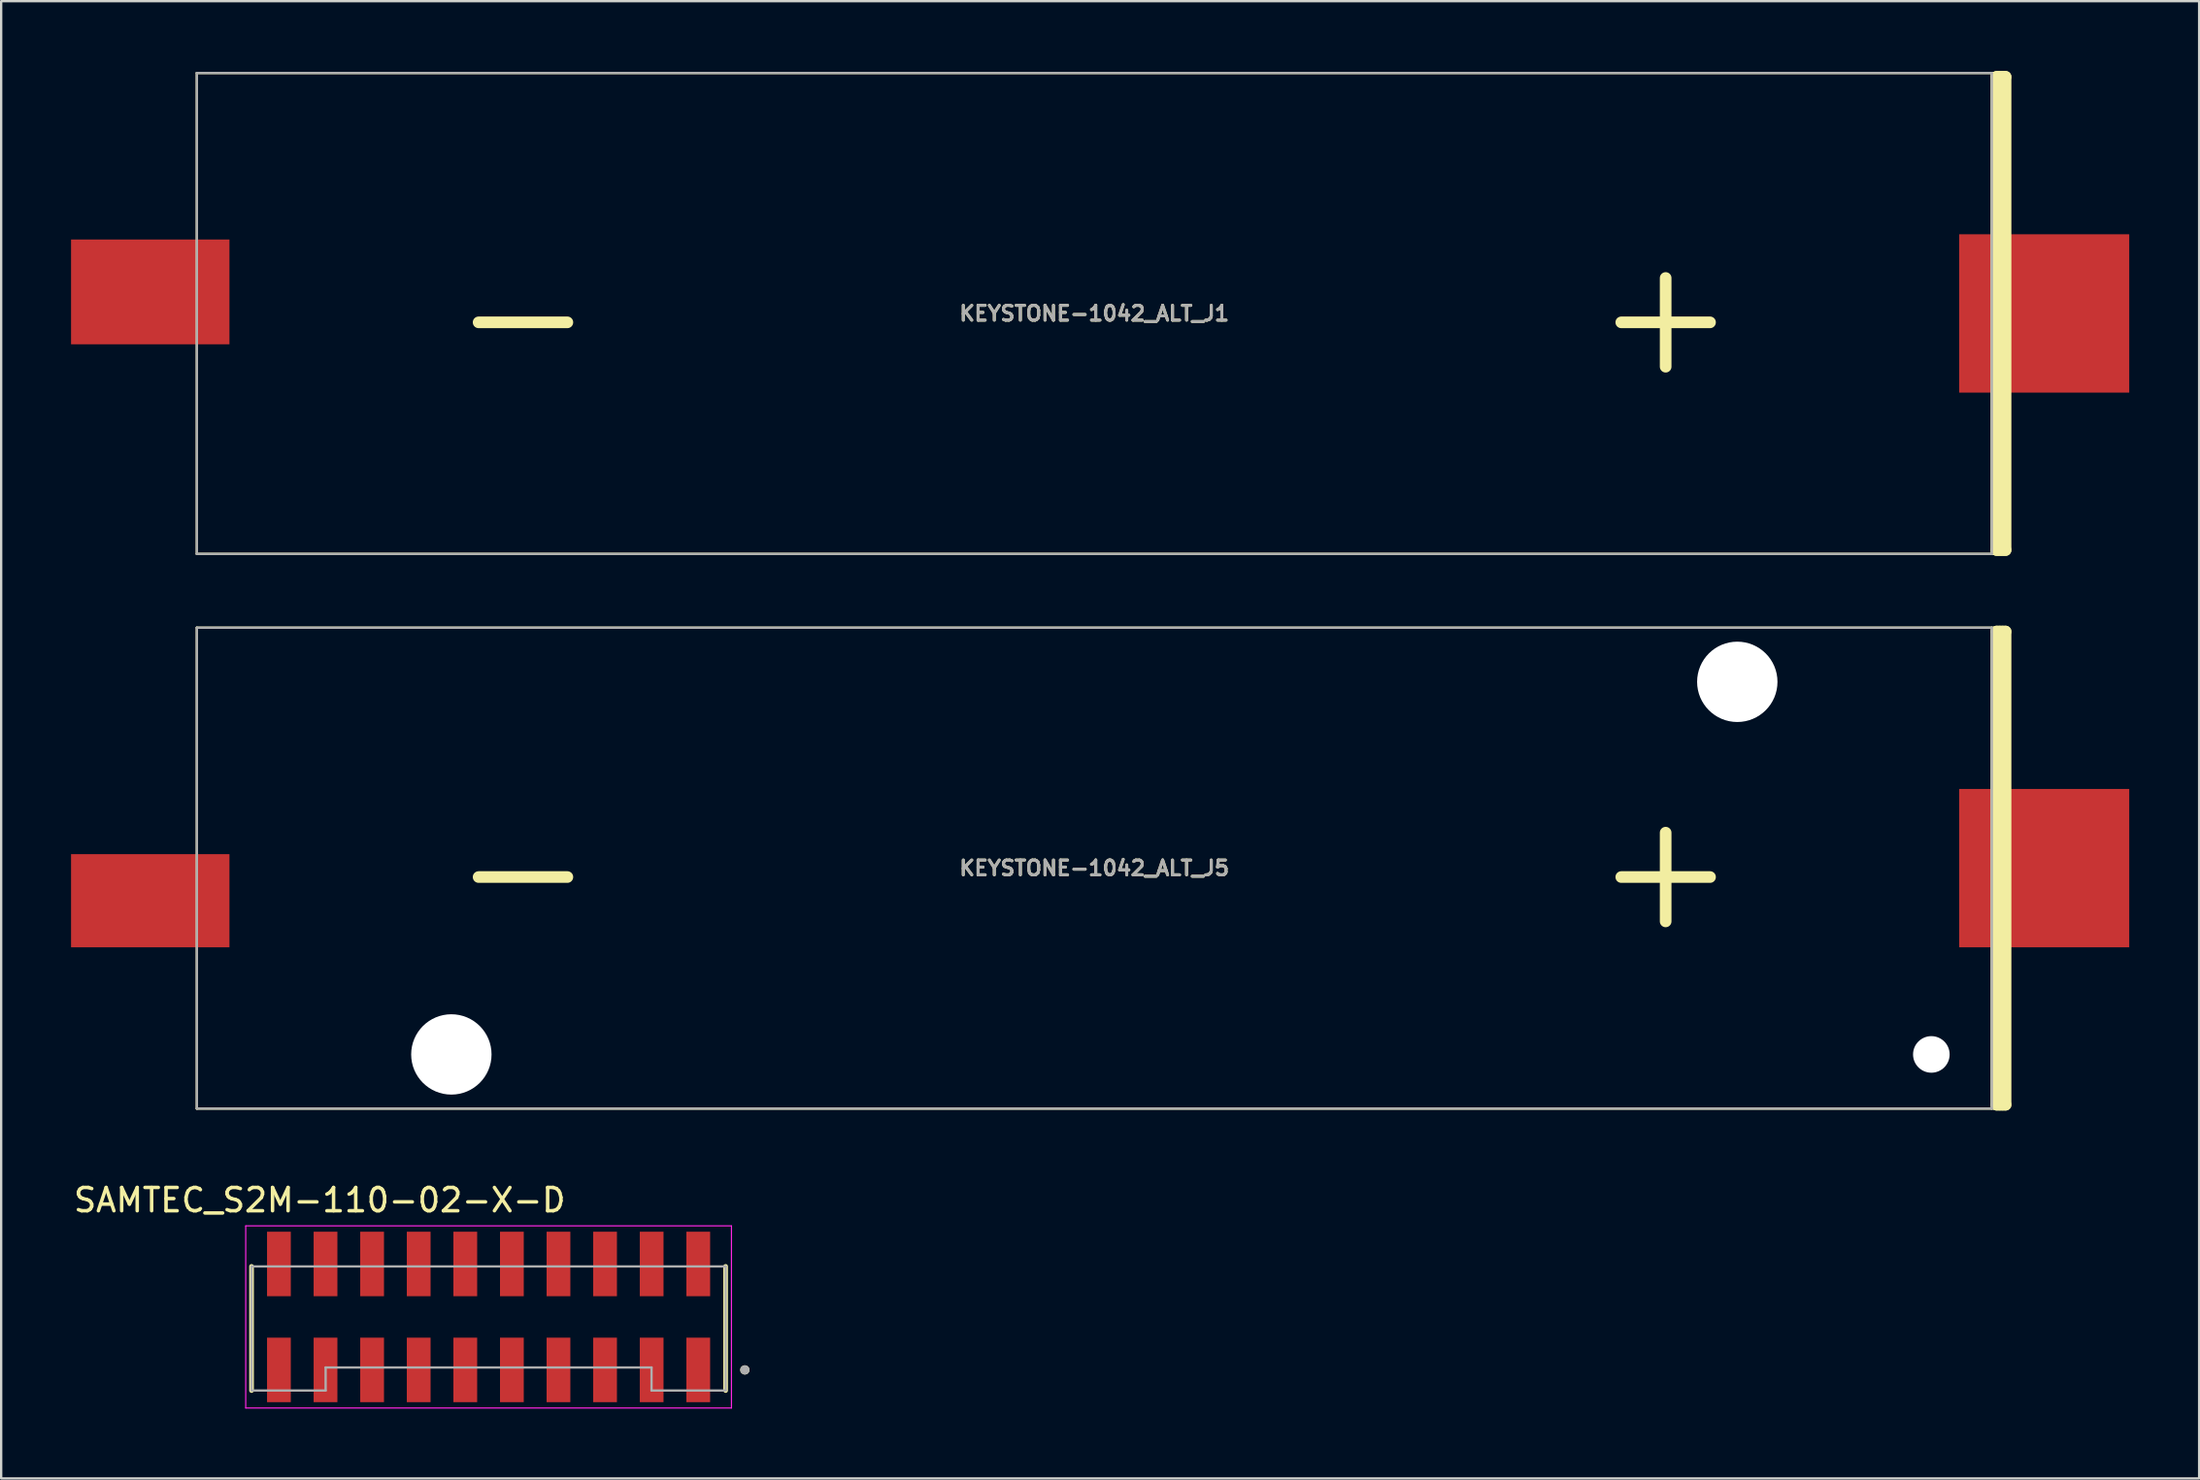
<source format=kicad_pcb>
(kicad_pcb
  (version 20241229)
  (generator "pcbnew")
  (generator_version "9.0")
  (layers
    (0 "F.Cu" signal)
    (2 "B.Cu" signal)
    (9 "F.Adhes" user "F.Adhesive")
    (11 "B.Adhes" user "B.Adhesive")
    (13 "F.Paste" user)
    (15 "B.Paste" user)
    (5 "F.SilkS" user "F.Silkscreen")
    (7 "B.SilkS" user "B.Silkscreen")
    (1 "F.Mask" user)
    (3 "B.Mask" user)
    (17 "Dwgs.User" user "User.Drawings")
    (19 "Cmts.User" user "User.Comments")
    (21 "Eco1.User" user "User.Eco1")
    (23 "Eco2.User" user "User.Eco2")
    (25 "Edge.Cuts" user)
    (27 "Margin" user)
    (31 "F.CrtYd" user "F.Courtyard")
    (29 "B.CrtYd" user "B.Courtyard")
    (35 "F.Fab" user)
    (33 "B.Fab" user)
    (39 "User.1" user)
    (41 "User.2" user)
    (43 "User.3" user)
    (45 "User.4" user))
  (footprint "KEYSTONE-1042_ALT_J1"
    (layer "F.Cu")
    (at 43.925 10.41)
    (property "Reference" "KEYSTONE-1042_ALT_J1" (at 0 0 180) (layer "F.SilkS") (effects (font (size 0.635 0.635) (thickness 0.127))))
    (attr through_hole)
    (fp_line (start -38.525 -10.325) (end 39.116 -10.325) (stroke (width 0.1) (type solid)) (layer "F.SilkS"))
    (fp_line (start -38.525 10.325) (end -38.525 -10.325) (stroke (width 0.1) (type solid)) (layer "F.SilkS"))
    (fp_line (start 38.525 -10.325) (end 38.525 10.325) (stroke (width 0.1) (type solid)) (layer "F.SilkS"))
    (fp_line (start 38.735 -10.16) (end 38.735 10.16) (stroke (width 0.5) (type solid)) (layer "F.SilkS"))
    (fp_line (start 38.735 -10.16) (end 39.116 -10.16) (stroke (width 0.5) (type solid)) (layer "F.SilkS"))
    (fp_line (start 38.735 10.16) (end 39.116 10.16) (stroke (width 0.5) (type solid)) (layer "F.SilkS"))
    (fp_line (start 38.735 10.325) (end -38.525 10.325) (stroke (width 0.1) (type solid)) (layer "F.SilkS"))
    (fp_line (start 38.862 -10.16) (end 38.862 10.16) (stroke (width 0.5) (type solid)) (layer "F.SilkS"))
    (fp_line (start 38.989 -10.16) (end 38.989 10.16) (stroke (width 0.5) (type solid)) (layer "F.SilkS"))
    (fp_line (start 39.116 -10.16) (end 39.116 10.16) (stroke (width 0.5) (type solid)) (layer "F.SilkS"))
    (fp_line (start -38.525 -10.325) (end 38.525 -10.325) (stroke (width 0.1) (type solid)) (layer "F.Fab"))
    (fp_line (start -38.525 10.325) (end -38.525 -10.325) (stroke (width 0.1) (type solid)) (layer "F.Fab"))
    (fp_line (start 38.525 -10.325) (end 38.525 10.325) (stroke (width 0.1) (type solid)) (layer "F.Fab"))
    (fp_line (start 38.525 10.325) (end -38.525 10.325) (stroke (width 0.1) (type solid)) (layer "F.Fab"))
    (fp_text user "+" (at 24.525 0 180) (layer "F.SilkS") (effects (font (size 5 5) (thickness 0.5))))
    (fp_text user "-" (at -24.525 0 180) (layer "F.SilkS") (effects (font (size 5 5) (thickness 0.5))))
    (fp_text user "${REFERENCE}" (at 0 0 180) (layer "F.Fab") (effects (font (size 0.635 0.635) (thickness 0.127))))
    (pad "" np_thru_hole circle (at -27.6 8) (size 0.001 0.001) (drill 3.45) (layers "*.Cu" "*.Mask"))
    (pad "" np_thru_hole circle (at 27.6 -8) (size 0.001 0.001) (drill 3.45) (layers "*.Cu" "*.Mask"))
    (pad "" np_thru_hole circle (at 35.93 8) (size 0.001 0.001) (drill 1.57) (layers "*.Cu" "*.Mask"))
    (pad "1" smd rect (at -40.525 -0.925) (size 6.8 4.5) (layers "F.Cu" "F.Mask" "F.Paste"))
    (pad "2" smd rect (at 40.775 0) (size 7.3 6.8) (layers "F.Cu" "F.Mask" "F.Paste")))
  (footprint "SAMTEC_S2M-110-02-X-D"
    (layer "F.Cu")
    (at 17.923 53.503)
    (property "Reference" "SAMTEC_S2M-110-02-X-D" (at -7.25 -5.015 0) (layer "F.SilkS") (effects (font (size 1 1) (thickness 0.15))))
    (attr smd)
    (fp_line (start -10.175 -2.17) (end -10.175 3.16) (stroke (width 0.2) (type solid)) (layer "F.SilkS"))
    (fp_line (start 10.175 3.16) (end 10.175 -2.17) (stroke (width 0.2) (type solid)) (layer "F.SilkS"))
    (fp_circle (center 11 2.275) (end 11.1 2.275) (stroke (width 0.2) (type solid)) (fill no) (layer "F.SilkS"))
    (fp_line (start -10.425 -3.91) (end -10.425 3.91) (stroke (width 0.05) (type solid)) (layer "F.CrtYd"))
    (fp_line (start -10.425 3.91) (end 10.425 3.91) (stroke (width 0.05) (type solid)) (layer "F.CrtYd"))
    (fp_line (start 10.425 -3.91) (end -10.425 -3.91) (stroke (width 0.05) (type solid)) (layer "F.CrtYd"))
    (fp_line (start 10.425 3.91) (end 10.425 -3.91) (stroke (width 0.05) (type solid)) (layer "F.CrtYd"))
    (fp_line (start -10.175 -2.17) (end -10.175 3.16) (stroke (width 0.1) (type solid)) (layer "F.Fab"))
    (fp_line (start -10.175 3.16) (end -6.995 3.16) (stroke (width 0.1) (type solid)) (layer "F.Fab"))
    (fp_line (start -6.995 2.17) (end 6.995 2.17) (stroke (width 0.1) (type solid)) (layer "F.Fab"))
    (fp_line (start -6.995 3.16) (end -6.995 2.17) (stroke (width 0.1) (type solid)) (layer "F.Fab"))
    (fp_line (start 6.995 2.17) (end 6.995 3.16) (stroke (width 0.1) (type solid)) (layer "F.Fab"))
    (fp_line (start 6.995 3.16) (end 10.175 3.16) (stroke (width 0.1) (type solid)) (layer "F.Fab"))
    (fp_line (start 10.175 -2.17) (end -10.175 -2.17) (stroke (width 0.1) (type solid)) (layer "F.Fab"))
    (fp_line (start 10.175 3.16) (end 10.175 -2.17) (stroke (width 0.1) (type solid)) (layer "F.Fab"))
    (fp_circle (center 11 2.275) (end 11.1 2.275) (stroke (width 0.2) (type solid)) (fill no) (layer "F.Fab"))
    (pad "1" smd rect (at 9 2.275) (size 1.02 2.77) (layers "F.Cu" "F.Mask" "F.Paste"))
    (pad "2" smd rect (at 7 2.275) (size 1.02 2.77) (layers "F.Cu" "F.Mask" "F.Paste"))
    (pad "3" smd rect (at 5 2.275) (size 1.02 2.77) (layers "F.Cu" "F.Mask" "F.Paste"))
    (pad "4" smd rect (at 3 2.275) (size 1.02 2.77) (layers "F.Cu" "F.Mask" "F.Paste"))
    (pad "5" smd rect (at 1 2.275) (size 1.02 2.77) (layers "F.Cu" "F.Mask" "F.Paste"))
    (pad "6" smd rect (at -1 2.275) (size 1.02 2.77) (layers "F.Cu" "F.Mask" "F.Paste"))
    (pad "7" smd rect (at -3 2.275) (size 1.02 2.77) (layers "F.Cu" "F.Mask" "F.Paste"))
    (pad "8" smd rect (at -5 2.275) (size 1.02 2.77) (layers "F.Cu" "F.Mask" "F.Paste"))
    (pad "9" smd rect (at -7 2.275) (size 1.02 2.77) (layers "F.Cu" "F.Mask" "F.Paste"))
    (pad "10" smd rect (at -9 2.275) (size 1.02 2.77) (layers "F.Cu" "F.Mask" "F.Paste"))
    (pad "11" smd rect (at 9 -2.275) (size 1.02 2.77) (layers "F.Cu" "F.Mask" "F.Paste"))
    (pad "12" smd rect (at 7 -2.275) (size 1.02 2.77) (layers "F.Cu" "F.Mask" "F.Paste"))
    (pad "13" smd rect (at 5 -2.275) (size 1.02 2.77) (layers "F.Cu" "F.Mask" "F.Paste"))
    (pad "14" smd rect (at 3 -2.275) (size 1.02 2.77) (layers "F.Cu" "F.Mask" "F.Paste"))
    (pad "15" smd rect (at 1 -2.275) (size 1.02 2.77) (layers "F.Cu" "F.Mask" "F.Paste"))
    (pad "16" smd rect (at -1 -2.275) (size 1.02 2.77) (layers "F.Cu" "F.Mask" "F.Paste"))
    (pad "17" smd rect (at -3 -2.275) (size 1.02 2.77) (layers "F.Cu" "F.Mask" "F.Paste"))
    (pad "18" smd rect (at -5 -2.275) (size 1.02 2.77) (layers "F.Cu" "F.Mask" "F.Paste"))
    (pad "19" smd rect (at -7 -2.275) (size 1.02 2.77) (layers "F.Cu" "F.Mask" "F.Paste"))
    (pad "20" smd rect (at -9 -2.275) (size 1.02 2.77) (layers "F.Cu" "F.Mask" "F.Paste")))
  (footprint "KEYSTONE-1042_ALT_J5"
    (layer "F.Cu")
    (at 43.925 34.23)
    (property "Reference" "KEYSTONE-1042_ALT_J5" (at 0 0 180) (layer "F.SilkS") (effects (font (size 0.635 0.635) (thickness 0.127))))
    (attr through_hole)
    (fp_line (start -38.525 -10.325) (end 39.116 -10.325) (stroke (width 0.1) (type solid)) (layer "F.SilkS"))
    (fp_line (start -38.525 10.325) (end -38.525 -10.325) (stroke (width 0.1) (type solid)) (layer "F.SilkS"))
    (fp_line (start 38.525 -10.325) (end 38.525 10.325) (stroke (width 0.1) (type solid)) (layer "F.SilkS"))
    (fp_line (start 38.735 -10.16) (end 38.735 10.16) (stroke (width 0.5) (type solid)) (layer "F.SilkS"))
    (fp_line (start 38.735 -10.16) (end 39.116 -10.16) (stroke (width 0.5) (type solid)) (layer "F.SilkS"))
    (fp_line (start 38.735 10.16) (end 39.116 10.16) (stroke (width 0.5) (type solid)) (layer "F.SilkS"))
    (fp_line (start 38.735 10.325) (end -38.525 10.325) (stroke (width 0.1) (type solid)) (layer "F.SilkS"))
    (fp_line (start 38.862 -10.16) (end 38.862 10.16) (stroke (width 0.5) (type solid)) (layer "F.SilkS"))
    (fp_line (start 38.989 -10.16) (end 38.989 10.16) (stroke (width 0.5) (type solid)) (layer "F.SilkS"))
    (fp_line (start 39.116 -10.16) (end 39.116 10.16) (stroke (width 0.5) (type solid)) (layer "F.SilkS"))
    (fp_line (start -38.525 -10.325) (end 38.525 -10.325) (stroke (width 0.1) (type solid)) (layer "F.Fab"))
    (fp_line (start -38.525 10.325) (end -38.525 -10.325) (stroke (width 0.1) (type solid)) (layer "F.Fab"))
    (fp_line (start 38.525 -10.325) (end 38.525 10.325) (stroke (width 0.1) (type solid)) (layer "F.Fab"))
    (fp_line (start 38.525 10.325) (end -38.525 10.325) (stroke (width 0.1) (type solid)) (layer "F.Fab"))
    (fp_text user "+" (at 24.525 0 180) (layer "F.SilkS") (effects (font (size 5 5) (thickness 0.5))))
    (fp_text user "-" (at -24.525 0 180) (layer "F.SilkS") (effects (font (size 5 5) (thickness 0.5))))
    (fp_text user "${REFERENCE}" (at 0 0 180) (layer "F.Fab") (effects (font (size 0.635 0.635) (thickness 0.127))))
    (pad "" np_thru_hole circle (at -27.6 8) (size 3.45 3.45) (drill 3.45) (layers "*.Cu" "*.Mask"))
    (pad "" np_thru_hole circle (at 27.6 -8) (size 3.45 3.45) (drill 3.45) (layers "*.Cu" "*.Mask"))
    (pad "" np_thru_hole circle (at 35.93 8) (size 1.57 1.57) (drill 1.57) (layers "*.Cu" "*.Mask"))
    (pad "1" smd rect (at -40.525 1.4) (size 6.8 4) (layers "F.Cu" "F.Mask" "F.Paste"))
    (pad "2" smd rect (at 40.775 0) (size 7.3 6.8) (layers "F.Cu" "F.Mask" "F.Paste")))
  (gr_rect
    (start -3 -3)
    (end 91.35 60.438)
    (stroke (width 0.1) (type default))
    (fill no)
    (layer "Edge.Cuts")))
</source>
